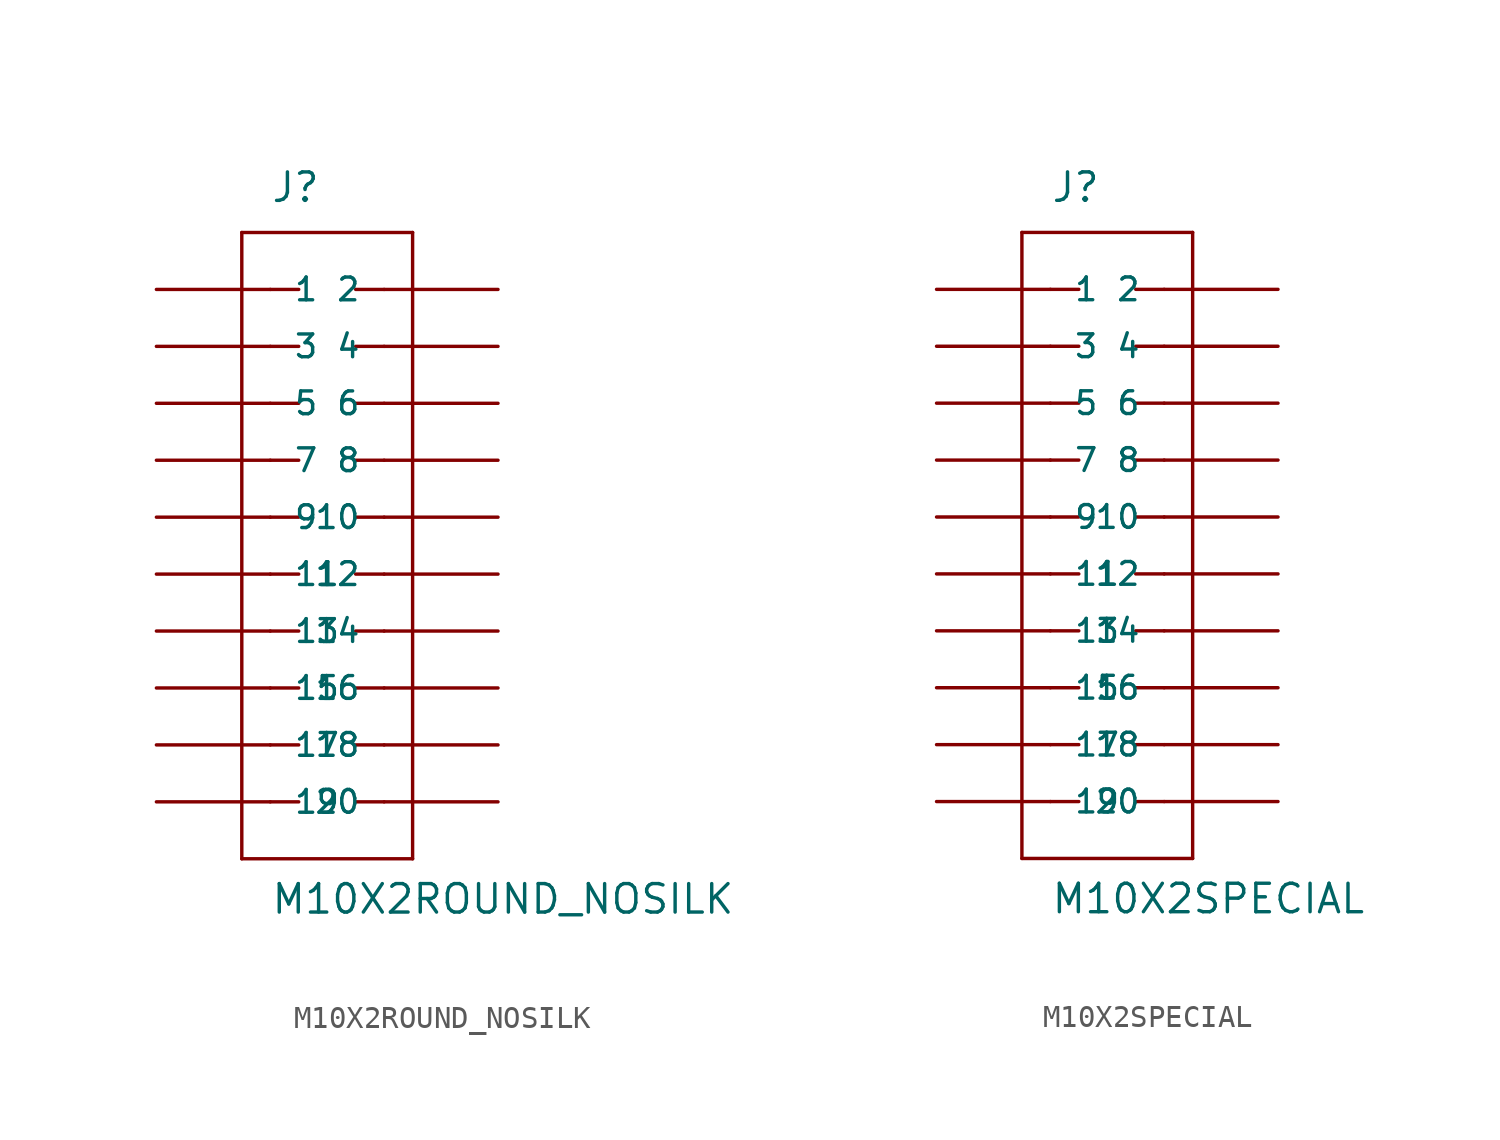
<source format=kicad_sym>
(kicad_symbol_lib
  (version 20211014)
  (generator kicad_symbol_editor)
  (symbol "M10X2ROUND_NOSILK"
    (pin_numbers hide)
    (pin_names
      (offset 1.016))
    (property "Reference" "J"
      (at -2.54 13.97 0)
      (effects (font (size 1.27 1.27)) (justify left bottom)))
    (property "Value" "M10X2ROUND_NOSILK"
      (at -2.54 -17.78 0)
      (effects (font (size 1.27 1.27)) (justify left bottom)))
    (property "Datasheet" ""
      (at 0 0 0)
      (effects (font (size 1.524 1.524))))
    (property "ki_locked" ""
      (at 0 0 0)
      (effects (font (size 1.27 1.27))))
    (symbol "M10X2ROUND_NOSILK_1_0"
      (polyline (pts (xy -3.81 12.7) (xy -3.81 -15.24)) (stroke (width 0) (type default) (color 0 0 0 0)) (fill (type none)))
      (polyline (pts (xy -3.81 12.7) (xy 3.81 12.7)) (stroke (width 0) (type default) (color 0 0 0 0)) (fill (type none)))
      (polyline (pts (xy -1.27 -12.7) (xy -2.54 -12.7)) (stroke (width 0) (type default) (color 0 0 0 0)) (fill (type none)))
      (polyline (pts (xy -1.27 -10.16) (xy -2.54 -10.16)) (stroke (width 0) (type default) (color 0 0 0 0)) (fill (type none)))
      (polyline (pts (xy -1.27 -7.62) (xy -2.54 -7.62)) (stroke (width 0) (type default) (color 0 0 0 0)) (fill (type none)))
      (polyline (pts (xy -1.27 -5.08) (xy -2.54 -5.08)) (stroke (width 0) (type default) (color 0 0 0 0)) (fill (type none)))
      (polyline (pts (xy -1.27 -2.54) (xy -2.54 -2.54)) (stroke (width 0) (type default) (color 0 0 0 0)) (fill (type none)))
      (polyline (pts (xy -1.27 0) (xy -2.54 0)) (stroke (width 0) (type default) (color 0 0 0 0)) (fill (type none)))
      (polyline (pts (xy -1.27 2.54) (xy -2.54 2.54)) (stroke (width 0) (type default) (color 0 0 0 0)) (fill (type none)))
      (polyline (pts (xy -1.27 5.08) (xy -2.54 5.08)) (stroke (width 0) (type default) (color 0 0 0 0)) (fill (type none)))
      (polyline (pts (xy -1.27 7.62) (xy -2.54 7.62)) (stroke (width 0) (type default) (color 0 0 0 0)) (fill (type none)))
      (polyline (pts (xy -1.27 10.16) (xy -2.54 10.16)) (stroke (width 0) (type default) (color 0 0 0 0)) (fill (type none)))
      (polyline (pts (xy 1.27 -12.7) (xy 2.54 -12.7)) (stroke (width 0) (type default) (color 0 0 0 0)) (fill (type none)))
      (polyline (pts (xy 1.27 -10.16) (xy 2.54 -10.16)) (stroke (width 0) (type default) (color 0 0 0 0)) (fill (type none)))
      (polyline (pts (xy 1.27 -7.62) (xy 2.54 -7.62)) (stroke (width 0) (type default) (color 0 0 0 0)) (fill (type none)))
      (polyline (pts (xy 1.27 -5.08) (xy 2.54 -5.08)) (stroke (width 0) (type default) (color 0 0 0 0)) (fill (type none)))
      (polyline (pts (xy 1.27 -2.54) (xy 2.54 -2.54)) (stroke (width 0) (type default) (color 0 0 0 0)) (fill (type none)))
      (polyline (pts (xy 1.27 0) (xy 2.54 0)) (stroke (width 0) (type default) (color 0 0 0 0)) (fill (type none)))
      (polyline (pts (xy 1.27 2.54) (xy 2.54 2.54)) (stroke (width 0) (type default) (color 0 0 0 0)) (fill (type none)))
      (polyline (pts (xy 1.27 5.08) (xy 2.54 5.08)) (stroke (width 0) (type default) (color 0 0 0 0)) (fill (type none)))
      (polyline (pts (xy 1.27 7.62) (xy 2.54 7.62)) (stroke (width 0) (type default) (color 0 0 0 0)) (fill (type none)))
      (polyline (pts (xy 1.27 10.16) (xy 2.54 10.16)) (stroke (width 0) (type default) (color 0 0 0 0)) (fill (type none)))
      (polyline (pts (xy 3.81 -15.24) (xy -3.81 -15.24)) (stroke (width 0) (type default) (color 0 0 0 0)) (fill (type none)))
      (polyline (pts (xy 3.81 -15.24) (xy 3.81 12.7)) (stroke (width 0) (type default) (color 0 0 0 0)) (fill (type none))))
    (symbol "M10X2ROUND_NOSILK_1_1"
      (pin passive line (at -7.62 10.16 0) (length 5.08) (name "1" (effects (font (size 1.016 1.016)))) (number "1" (effects (font (size 1.016 1.016)))))
      (pin passive line (at 7.62 0 180) (length 5.08) (name "10" (effects (font (size 1.016 1.016)))) (number "10" (effects (font (size 1.016 1.016)))))
      (pin passive line (at -7.62 -2.54 0) (length 5.08) (name "11" (effects (font (size 1.016 1.016)))) (number "11" (effects (font (size 1.016 1.016)))))
      (pin passive line (at 7.62 -2.54 180) (length 5.08) (name "12" (effects (font (size 1.016 1.016)))) (number "12" (effects (font (size 1.016 1.016)))))
      (pin passive line (at -7.62 -5.08 0) (length 5.08) (name "13" (effects (font (size 1.016 1.016)))) (number "13" (effects (font (size 1.016 1.016)))))
      (pin passive line (at 7.62 -5.08 180) (length 5.08) (name "14" (effects (font (size 1.016 1.016)))) (number "14" (effects (font (size 1.016 1.016)))))
      (pin passive line (at -7.62 -7.62 0) (length 5.08) (name "15" (effects (font (size 1.016 1.016)))) (number "15" (effects (font (size 1.016 1.016)))))
      (pin passive line (at 7.62 -7.62 180) (length 5.08) (name "16" (effects (font (size 1.016 1.016)))) (number "16" (effects (font (size 1.016 1.016)))))
      (pin passive line (at -7.62 -10.16 0) (length 5.08) (name "17" (effects (font (size 1.016 1.016)))) (number "17" (effects (font (size 1.016 1.016)))))
      (pin passive line (at 7.62 -10.16 180) (length 5.08) (name "18" (effects (font (size 1.016 1.016)))) (number "18" (effects (font (size 1.016 1.016)))))
      (pin passive line (at -7.62 -12.7 0) (length 5.08) (name "19" (effects (font (size 1.016 1.016)))) (number "19" (effects (font (size 1.016 1.016)))))
      (pin passive line (at 7.62 10.16 180) (length 5.08) (name "2" (effects (font (size 1.016 1.016)))) (number "2" (effects (font (size 1.016 1.016)))))
      (pin passive line (at 7.62 -12.7 180) (length 5.08) (name "20" (effects (font (size 1.016 1.016)))) (number "20" (effects (font (size 1.016 1.016)))))
      (pin passive line (at -7.62 7.62 0) (length 5.08) (name "3" (effects (font (size 1.016 1.016)))) (number "3" (effects (font (size 1.016 1.016)))))
      (pin passive line (at 7.62 7.62 180) (length 5.08) (name "4" (effects (font (size 1.016 1.016)))) (number "4" (effects (font (size 1.016 1.016)))))
      (pin passive line (at -7.62 5.08 0) (length 5.08) (name "5" (effects (font (size 1.016 1.016)))) (number "5" (effects (font (size 1.016 1.016)))))
      (pin passive line (at 7.62 5.08 180) (length 5.08) (name "6" (effects (font (size 1.016 1.016)))) (number "6" (effects (font (size 1.016 1.016)))))
      (pin passive line (at -7.62 2.54 0) (length 5.08) (name "7" (effects (font (size 1.016 1.016)))) (number "7" (effects (font (size 1.016 1.016)))))
      (pin passive line (at 7.62 2.54 180) (length 5.08) (name "8" (effects (font (size 1.016 1.016)))) (number "8" (effects (font (size 1.016 1.016)))))
      (pin passive line (at -7.62 0 0) (length 5.08) (name "9" (effects (font (size 1.016 1.016)))) (number "9" (effects (font (size 1.016 1.016)))))))
  (symbol "M10X2SPECIAL"
    (pin_numbers hide)
    (pin_names
      (offset 1.016))
    (property "Reference" "J"
      (at -2.54 13.97 0)
      (effects (font (size 1.27 1.27)) (justify left bottom)))
    (property "Value" "M10X2SPECIAL"
      (at -2.54 -17.78 0)
      (effects (font (size 1.27 1.27)) (justify left bottom)))
    (property "Datasheet" ""
      (at 0 0 0)
      (effects (font (size 1.524 1.524))))
    (property "ki_locked" ""
      (at 0 0 0)
      (effects (font (size 1.27 1.27))))
    (symbol "M10X2SPECIAL_1_0"
      (polyline (pts (xy -3.81 12.7) (xy -3.81 -15.24)) (stroke (width 0) (type default) (color 0 0 0 0)) (fill (type none)))
      (polyline (pts (xy -3.81 12.7) (xy 3.81 12.7)) (stroke (width 0) (type default) (color 0 0 0 0)) (fill (type none)))
      (polyline (pts (xy -1.27 -12.7) (xy -2.54 -12.7)) (stroke (width 0) (type default) (color 0 0 0 0)) (fill (type none)))
      (polyline (pts (xy -1.27 -10.16) (xy -2.54 -10.16)) (stroke (width 0) (type default) (color 0 0 0 0)) (fill (type none)))
      (polyline (pts (xy -1.27 -7.62) (xy -2.54 -7.62)) (stroke (width 0) (type default) (color 0 0 0 0)) (fill (type none)))
      (polyline (pts (xy -1.27 -5.08) (xy -2.54 -5.08)) (stroke (width 0) (type default) (color 0 0 0 0)) (fill (type none)))
      (polyline (pts (xy -1.27 -2.54) (xy -2.54 -2.54)) (stroke (width 0) (type default) (color 0 0 0 0)) (fill (type none)))
      (polyline (pts (xy -1.27 0) (xy -2.54 0)) (stroke (width 0) (type default) (color 0 0 0 0)) (fill (type none)))
      (polyline (pts (xy -1.27 2.54) (xy -2.54 2.54)) (stroke (width 0) (type default) (color 0 0 0 0)) (fill (type none)))
      (polyline (pts (xy -1.27 5.08) (xy -2.54 5.08)) (stroke (width 0) (type default) (color 0 0 0 0)) (fill (type none)))
      (polyline (pts (xy -1.27 7.62) (xy -2.54 7.62)) (stroke (width 0) (type default) (color 0 0 0 0)) (fill (type none)))
      (polyline (pts (xy -1.27 10.16) (xy -2.54 10.16)) (stroke (width 0) (type default) (color 0 0 0 0)) (fill (type none)))
      (polyline (pts (xy 1.27 -12.7) (xy 2.54 -12.7)) (stroke (width 0) (type default) (color 0 0 0 0)) (fill (type none)))
      (polyline (pts (xy 1.27 -10.16) (xy 2.54 -10.16)) (stroke (width 0) (type default) (color 0 0 0 0)) (fill (type none)))
      (polyline (pts (xy 1.27 -7.62) (xy 2.54 -7.62)) (stroke (width 0) (type default) (color 0 0 0 0)) (fill (type none)))
      (polyline (pts (xy 1.27 -5.08) (xy 2.54 -5.08)) (stroke (width 0) (type default) (color 0 0 0 0)) (fill (type none)))
      (polyline (pts (xy 1.27 -2.54) (xy 2.54 -2.54)) (stroke (width 0) (type default) (color 0 0 0 0)) (fill (type none)))
      (polyline (pts (xy 1.27 0) (xy 2.54 0)) (stroke (width 0) (type default) (color 0 0 0 0)) (fill (type none)))
      (polyline (pts (xy 1.27 2.54) (xy 2.54 2.54)) (stroke (width 0) (type default) (color 0 0 0 0)) (fill (type none)))
      (polyline (pts (xy 1.27 5.08) (xy 2.54 5.08)) (stroke (width 0) (type default) (color 0 0 0 0)) (fill (type none)))
      (polyline (pts (xy 1.27 7.62) (xy 2.54 7.62)) (stroke (width 0) (type default) (color 0 0 0 0)) (fill (type none)))
      (polyline (pts (xy 1.27 10.16) (xy 2.54 10.16)) (stroke (width 0) (type default) (color 0 0 0 0)) (fill (type none)))
      (polyline (pts (xy 3.81 -15.24) (xy -3.81 -15.24)) (stroke (width 0) (type default) (color 0 0 0 0)) (fill (type none)))
      (polyline (pts (xy 3.81 -15.24) (xy 3.81 12.7)) (stroke (width 0) (type default) (color 0 0 0 0)) (fill (type none))))
    (symbol "M10X2SPECIAL_1_1"
      (pin passive line (at -7.62 10.16 0) (length 5.08) (name "1" (effects (font (size 1.016 1.016)))) (number "1" (effects (font (size 1.016 1.016)))))
      (pin passive line (at 7.62 0 180) (length 5.08) (name "10" (effects (font (size 1.016 1.016)))) (number "10" (effects (font (size 1.016 1.016)))))
      (pin passive line (at -7.62 -2.54 0) (length 5.08) (name "11" (effects (font (size 1.016 1.016)))) (number "11" (effects (font (size 1.016 1.016)))))
      (pin passive line (at 7.62 -2.54 180) (length 5.08) (name "12" (effects (font (size 1.016 1.016)))) (number "12" (effects (font (size 1.016 1.016)))))
      (pin passive line (at -7.62 -5.08 0) (length 5.08) (name "13" (effects (font (size 1.016 1.016)))) (number "13" (effects (font (size 1.016 1.016)))))
      (pin passive line (at 7.62 -5.08 180) (length 5.08) (name "14" (effects (font (size 1.016 1.016)))) (number "14" (effects (font (size 1.016 1.016)))))
      (pin passive line (at -7.62 -7.62 0) (length 5.08) (name "15" (effects (font (size 1.016 1.016)))) (number "15" (effects (font (size 1.016 1.016)))))
      (pin passive line (at 7.62 -7.62 180) (length 5.08) (name "16" (effects (font (size 1.016 1.016)))) (number "16" (effects (font (size 1.016 1.016)))))
      (pin passive line (at -7.62 -10.16 0) (length 5.08) (name "17" (effects (font (size 1.016 1.016)))) (number "17" (effects (font (size 1.016 1.016)))))
      (pin passive line (at 7.62 -10.16 180) (length 5.08) (name "18" (effects (font (size 1.016 1.016)))) (number "18" (effects (font (size 1.016 1.016)))))
      (pin passive line (at -7.62 -12.7 0) (length 5.08) (name "19" (effects (font (size 1.016 1.016)))) (number "19" (effects (font (size 1.016 1.016)))))
      (pin passive line (at 7.62 10.16 180) (length 5.08) (name "2" (effects (font (size 1.016 1.016)))) (number "2" (effects (font (size 1.016 1.016)))))
      (pin passive line (at 7.62 -12.7 180) (length 5.08) (name "20" (effects (font (size 1.016 1.016)))) (number "20" (effects (font (size 1.016 1.016)))))
      (pin passive line (at -7.62 7.62 0) (length 5.08) (name "3" (effects (font (size 1.016 1.016)))) (number "3" (effects (font (size 1.016 1.016)))))
      (pin passive line (at 7.62 7.62 180) (length 5.08) (name "4" (effects (font (size 1.016 1.016)))) (number "4" (effects (font (size 1.016 1.016)))))
      (pin passive line (at -7.62 5.08 0) (length 5.08) (name "5" (effects (font (size 1.016 1.016)))) (number "5" (effects (font (size 1.016 1.016)))))
      (pin passive line (at 7.62 5.08 180) (length 5.08) (name "6" (effects (font (size 1.016 1.016)))) (number "6" (effects (font (size 1.016 1.016)))))
      (pin passive line (at -7.62 2.54 0) (length 5.08) (name "7" (effects (font (size 1.016 1.016)))) (number "7" (effects (font (size 1.016 1.016)))))
      (pin passive line (at 7.62 2.54 180) (length 5.08) (name "8" (effects (font (size 1.016 1.016)))) (number "8" (effects (font (size 1.016 1.016)))))
      (pin passive line (at -7.62 0 0) (length 5.08) (name "9" (effects (font (size 1.016 1.016)))) (number "9" (effects (font (size 1.016 1.016))))))))
</source>
